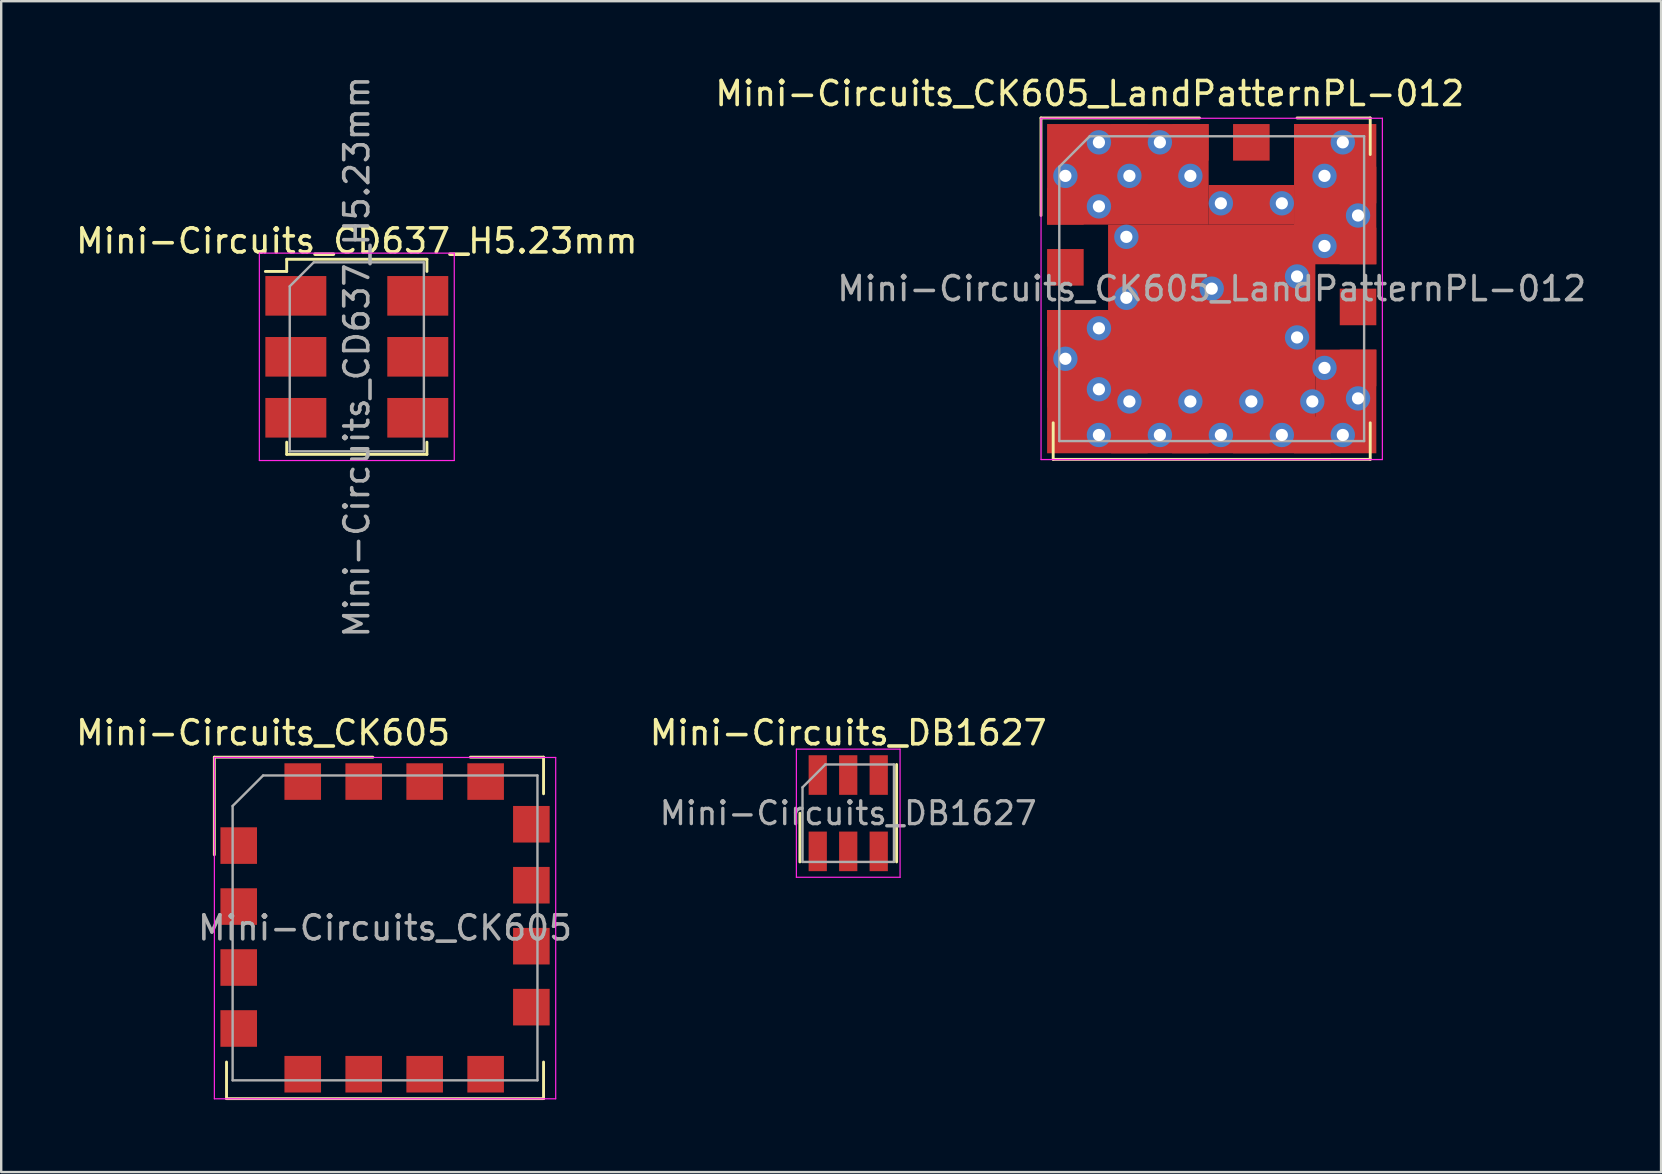
<source format=kicad_pcb>
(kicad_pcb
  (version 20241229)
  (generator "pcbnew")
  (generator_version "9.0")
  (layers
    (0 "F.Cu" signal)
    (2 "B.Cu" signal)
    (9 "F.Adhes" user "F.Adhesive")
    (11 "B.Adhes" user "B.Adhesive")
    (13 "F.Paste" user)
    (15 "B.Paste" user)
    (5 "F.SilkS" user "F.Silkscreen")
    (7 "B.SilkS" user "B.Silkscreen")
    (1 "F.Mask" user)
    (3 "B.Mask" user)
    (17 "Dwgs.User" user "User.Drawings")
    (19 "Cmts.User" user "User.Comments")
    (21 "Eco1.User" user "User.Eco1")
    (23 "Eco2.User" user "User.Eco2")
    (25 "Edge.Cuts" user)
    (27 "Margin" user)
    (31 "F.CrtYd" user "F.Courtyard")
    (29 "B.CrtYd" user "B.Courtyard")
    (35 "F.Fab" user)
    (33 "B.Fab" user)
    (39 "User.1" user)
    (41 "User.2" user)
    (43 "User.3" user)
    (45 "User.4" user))
  (footprint "Mini-Circuits_CD637_H5.23mm"
    (layer "F.Cu")
    (at 11.815 11.815)
    (property "Reference" "Mini-Circuits_CD637_H5.23mm" (at 0 -4.826 0) (layer "F.SilkS") (effects (font (size 1 1) (thickness 0.15))))
    (attr smd)
    (fp_line (start -2.921 -4.064) (end -2.921 -3.556) (stroke (width 0.12) (type solid)) (layer "F.SilkS"))
    (fp_line (start -2.921 -3.556) (end -3.81 -3.556) (stroke (width 0.12) (type solid)) (layer "F.SilkS"))
    (fp_line (start -2.921 3.556) (end -2.921 4.064) (stroke (width 0.12) (type solid)) (layer "F.SilkS"))
    (fp_line (start -2.921 4.064) (end 2.921 4.064) (stroke (width 0.12) (type solid)) (layer "F.SilkS"))
    (fp_line (start 2.921 -4.064) (end -2.921 -4.064) (stroke (width 0.12) (type solid)) (layer "F.SilkS"))
    (fp_line (start 2.921 -3.556) (end 2.921 -4.064) (stroke (width 0.12) (type solid)) (layer "F.SilkS"))
    (fp_line (start 2.921 4.064) (end 2.921 3.556) (stroke (width 0.12) (type solid)) (layer "F.SilkS"))
    (fp_line (start -4.06 4.32) (end -4.06 -4.32) (stroke (width 0.05) (type solid)) (layer "F.CrtYd"))
    (fp_line (start 4.06 -4.32) (end -4.06 -4.32) (stroke (width 0.05) (type solid)) (layer "F.CrtYd"))
    (fp_line (start 4.06 4.32) (end -4.06 4.32) (stroke (width 0.05) (type solid)) (layer "F.CrtYd"))
    (fp_line (start 4.06 4.32) (end 4.06 -4.32) (stroke (width 0.05) (type solid)) (layer "F.CrtYd"))
    (fp_line (start -2.794 3.937) (end -2.794 -2.937) (stroke (width 0.1) (type solid)) (layer "F.Fab"))
    (fp_line (start -1.794 -3.937) (end -2.794 -2.937) (stroke (width 0.1) (type solid)) (layer "F.Fab"))
    (fp_line (start -1.794 -3.937) (end 2.794 -3.937) (stroke (width 0.1) (type solid)) (layer "F.Fab"))
    (fp_line (start 2.794 -3.937) (end 2.794 3.937) (stroke (width 0.1) (type solid)) (layer "F.Fab"))
    (fp_line (start 2.794 3.937) (end -2.794 3.937) (stroke (width 0.1) (type solid)) (layer "F.Fab"))
    (fp_text user "${REFERENCE}" (at 0 0 90) (layer "F.Fab") (effects (font (size 1 1) (thickness 0.15))))
    (pad "1" smd rect (at -2.54 -2.54) (size 2.54 1.65) (layers "F.Cu" "F.Mask" "F.Paste"))
    (pad "2" smd rect (at -2.54 0) (size 2.54 1.65) (layers "F.Cu" "F.Mask" "F.Paste"))
    (pad "3" smd rect (at -2.54 2.54) (size 2.54 1.65) (layers "F.Cu" "F.Mask" "F.Paste"))
    (pad "4" smd rect (at 2.54 2.54) (size 2.54 1.65) (layers "F.Cu" "F.Mask" "F.Paste"))
    (pad "5" smd rect (at 2.54 0) (size 2.54 1.65) (layers "F.Cu" "F.Mask" "F.Paste"))
    (pad "6" smd rect (at 2.54 -2.54) (size 2.54 1.65) (layers "F.Cu" "F.Mask" "F.Paste")))
  (footprint "Mini-Circuits_CK605"
    (layer "F.Cu")
    (at 12.991 35.607)
    (property "Reference" "Mini-Circuits_CK605" (at -5.08 -8.128 180) (layer "F.SilkS") (effects (font (size 1 1) (thickness 0.15))))
    (attr smd)
    (fp_line (start -7.112 -7.112) (end -0.508 -7.112) (stroke (width 0.12) (type solid)) (layer "F.SilkS"))
    (fp_line (start -7.112 -3.048) (end -7.112 -7.112) (stroke (width 0.12) (type solid)) (layer "F.SilkS"))
    (fp_line (start -6.604 5.588) (end -6.604 7.112) (stroke (width 0.12) (type solid)) (layer "F.SilkS"))
    (fp_line (start -6.604 7.112) (end 6.604 7.112) (stroke (width 0.12) (type solid)) (layer "F.SilkS"))
    (fp_line (start 3.556 -7.112) (end 6.604 -7.112) (stroke (width 0.12) (type solid)) (layer "F.SilkS"))
    (fp_line (start 6.604 -7.112) (end 6.604 -5.588) (stroke (width 0.12) (type solid)) (layer "F.SilkS"))
    (fp_line (start 6.604 7.112) (end 6.604 5.588) (stroke (width 0.12) (type solid)) (layer "F.SilkS"))
    (fp_line (start -7.11 -7.1) (end -7.11 7.12) (stroke (width 0.05) (type solid)) (layer "F.CrtYd"))
    (fp_line (start -7.11 -7.1) (end 7.11 -7.1) (stroke (width 0.05) (type solid)) (layer "F.CrtYd"))
    (fp_line (start 7.11 7.12) (end -7.11 7.12) (stroke (width 0.05) (type solid)) (layer "F.CrtYd"))
    (fp_line (start 7.11 7.12) (end 7.11 -7.1) (stroke (width 0.05) (type solid)) (layer "F.CrtYd"))
    (fp_line (start -6.35 -5.08) (end -6.35 6.35) (stroke (width 0.1) (type solid)) (layer "F.Fab"))
    (fp_line (start -6.35 -5.08) (end -5.08 -6.35) (stroke (width 0.1) (type solid)) (layer "F.Fab"))
    (fp_line (start -6.35 6.35) (end 6.35 6.35) (stroke (width 0.1) (type solid)) (layer "F.Fab"))
    (fp_line (start 6.35 -6.35) (end -5.08 -6.35) (stroke (width 0.1) (type solid)) (layer "F.Fab"))
    (fp_line (start 6.35 6.35) (end 6.35 -6.35) (stroke (width 0.1) (type solid)) (layer "F.Fab"))
    (fp_text user "${REFERENCE}" (at 0 0 0) (layer "F.Fab") (effects (font (size 1 1) (thickness 0.15))))
    (pad "1" smd rect (at -6.096 -3.429 270) (size 1.524 1.524) (layers "F.Cu" "F.Mask" "F.Paste"))
    (pad "2" smd rect (at -6.096 -0.889 270) (size 1.524 1.524) (layers "F.Cu" "F.Mask" "F.Paste"))
    (pad "3" smd rect (at -6.096 1.651 270) (size 1.524 1.524) (layers "F.Cu" "F.Mask" "F.Paste"))
    (pad "4" smd rect (at -6.096 4.191 270) (size 1.524 1.524) (layers "F.Cu" "F.Mask" "F.Paste"))
    (pad "5" smd rect (at -3.429 6.096 270) (size 1.524 1.524) (layers "F.Cu" "F.Mask" "F.Paste"))
    (pad "6" smd rect (at -0.889 6.096 270) (size 1.524 1.524) (layers "F.Cu" "F.Mask" "F.Paste"))
    (pad "7" smd rect (at 1.651 6.096 270) (size 1.524 1.524) (layers "F.Cu" "F.Mask" "F.Paste"))
    (pad "8" smd rect (at 4.191 6.096 270) (size 1.524 1.524) (layers "F.Cu" "F.Mask" "F.Paste"))
    (pad "9" smd rect (at 6.096 3.302 270) (size 1.524 1.524) (layers "F.Cu" "F.Mask" "F.Paste"))
    (pad "10" smd rect (at 6.096 0.762 270) (size 1.524 1.524) (layers "F.Cu" "F.Mask" "F.Paste"))
    (pad "11" smd rect (at 6.096 -1.778 270) (size 1.524 1.524) (layers "F.Cu" "F.Mask" "F.Paste"))
    (pad "12" smd rect (at 6.096 -4.318 270) (size 1.524 1.524) (layers "F.Cu" "F.Mask" "F.Paste"))
    (pad "13" smd rect (at 4.191 -6.096 270) (size 1.524 1.524) (layers "F.Cu" "F.Mask" "F.Paste"))
    (pad "14" smd rect (at 1.651 -6.096 270) (size 1.524 1.524) (layers "F.Cu" "F.Mask" "F.Paste"))
    (pad "15" smd rect (at -0.889 -6.096 270) (size 1.524 1.524) (layers "F.Cu" "F.Mask" "F.Paste"))
    (pad "16" smd rect (at -3.429 -6.096 270) (size 1.524 1.524) (layers "F.Cu" "F.Mask" "F.Paste")))
  (footprint "Mini-Circuits_DB1627"
    (layer "F.Cu")
    (at 32.288 30.829)
    (property "Reference" "Mini-Circuits_DB1627" (at 0 -3.35 0) (layer "F.SilkS") (effects (font (size 1 1) (thickness 0.15))))
    (attr smd)
    (fp_line (start -2.015 0) (end -2.015 2.03) (stroke (width 0.12) (type solid)) (layer "F.SilkS"))
    (fp_line (start 2.015 -2.03) (end 2.015 2.03) (stroke (width 0.12) (type solid)) (layer "F.SilkS"))
    (fp_line (start -2.16 -2.67) (end -2.16 2.67) (stroke (width 0.05) (type solid)) (layer "F.CrtYd"))
    (fp_line (start -2.16 2.67) (end 2.16 2.67) (stroke (width 0.05) (type solid)) (layer "F.CrtYd"))
    (fp_line (start 2.16 -2.67) (end -2.16 -2.67) (stroke (width 0.05) (type solid)) (layer "F.CrtYd"))
    (fp_line (start 2.16 2.67) (end 2.16 -2.67) (stroke (width 0.05) (type solid)) (layer "F.CrtYd"))
    (fp_line (start -1.905 -1.077) (end -0.953 -2.03) (stroke (width 0.1) (type solid)) (layer "F.Fab"))
    (fp_line (start -1.905 2.03) (end -1.905 -1.077) (stroke (width 0.1) (type solid)) (layer "F.Fab"))
    (fp_line (start -0.953 -2.03) (end 1.905 -2.03) (stroke (width 0.1) (type solid)) (layer "F.Fab"))
    (fp_line (start 1.905 -2.03) (end 1.905 2.03) (stroke (width 0.1) (type solid)) (layer "F.Fab"))
    (fp_line (start 1.905 2.03) (end -1.905 2.03) (stroke (width 0.1) (type solid)) (layer "F.Fab"))
    (fp_text user "${REFERENCE}" (at 0 0 0) (layer "F.Fab") (effects (font (size 0.95 0.95) (thickness 0.14))))
    (pad "1" smd rect (at -1.27 -1.59) (size 0.76 1.65) (layers "F.Cu" "F.Mask" "F.Paste"))
    (pad "2" smd rect (at 0 -1.59) (size 0.76 1.65) (layers "F.Cu" "F.Mask" "F.Paste"))
    (pad "3" smd rect (at 1.27 -1.59) (size 0.76 1.65) (layers "F.Cu" "F.Mask" "F.Paste"))
    (pad "4" smd rect (at 1.27 1.59) (size 0.76 1.65) (layers "F.Cu" "F.Mask" "F.Paste"))
    (pad "5" smd rect (at 0 1.59) (size 0.76 1.65) (layers "F.Cu" "F.Mask" "F.Paste"))
    (pad "6" smd rect (at -1.27 1.59) (size 0.76 1.65) (layers "F.Cu" "F.Mask" "F.Paste")))
  (footprint "Mini-Circuits_CK605_LandPatternPL-012"
    (layer "F.Cu")
    (at 47.431 8.976)
    (property "Reference" "Mini-Circuits_CK605_LandPatternPL-012" (at -5.08 -8.128 180) (layer "F.SilkS") (effects (font (size 1 1) (thickness 0.15))))
    (attr smd)
    (fp_line (start -7.112 -7.112) (end -0.508 -7.112) (stroke (width 0.12) (type solid)) (layer "F.SilkS"))
    (fp_line (start -7.112 -3.048) (end -7.112 -7.112) (stroke (width 0.12) (type solid)) (layer "F.SilkS"))
    (fp_line (start -6.604 5.588) (end -6.604 7.112) (stroke (width 0.12) (type solid)) (layer "F.SilkS"))
    (fp_line (start -6.604 7.112) (end 6.604 7.112) (stroke (width 0.12) (type solid)) (layer "F.SilkS"))
    (fp_line (start 3.556 -7.112) (end 6.604 -7.112) (stroke (width 0.12) (type solid)) (layer "F.SilkS"))
    (fp_line (start 6.604 -7.112) (end 6.604 -5.588) (stroke (width 0.12) (type solid)) (layer "F.SilkS"))
    (fp_line (start 6.604 7.112) (end 6.604 5.588) (stroke (width 0.12) (type solid)) (layer "F.SilkS"))
    (fp_line (start -7.11 -7.1) (end -7.11 7.12) (stroke (width 0.05) (type solid)) (layer "F.CrtYd"))
    (fp_line (start -7.11 -7.1) (end 7.11 -7.1) (stroke (width 0.05) (type solid)) (layer "F.CrtYd"))
    (fp_line (start 7.11 7.12) (end -7.11 7.12) (stroke (width 0.05) (type solid)) (layer "F.CrtYd"))
    (fp_line (start 7.11 7.12) (end 7.11 -7.1) (stroke (width 0.05) (type solid)) (layer "F.CrtYd"))
    (fp_line (start -6.35 -5.08) (end -6.35 6.35) (stroke (width 0.1) (type solid)) (layer "F.Fab"))
    (fp_line (start -6.35 -5.08) (end -5.08 -6.35) (stroke (width 0.1) (type solid)) (layer "F.Fab"))
    (fp_line (start -6.35 6.35) (end 6.35 6.35) (stroke (width 0.1) (type solid)) (layer "F.Fab"))
    (fp_line (start 6.35 -6.35) (end -5.08 -6.35) (stroke (width 0.1) (type solid)) (layer "F.Fab"))
    (fp_line (start 6.35 6.35) (end 6.35 -6.35) (stroke (width 0.1) (type solid)) (layer "F.Fab"))
    (fp_text user "${REFERENCE}" (at 0 0 0) (layer "F.Fab") (effects (font (size 1 1) (thickness 0.15))))
    (pad "1" thru_hole circle (at -6.096 -4.699) (size 1.016 1.016) (drill 0.508) (layers "*.Cu"))
    (pad "1" smd rect (at -6.096 -3.429 270) (size 1.524 1.524) (layers "F.Cu" "F.Mask" "F.Paste"))
    (pad "1" thru_hole circle (at -6.096 2.921) (size 1.016 1.016) (drill 0.508) (layers "*.Cu"))
    (pad "1" thru_hole circle (at -4.699 -6.096) (size 1.016 1.016) (drill 0.508) (layers "*.Cu"))
    (pad "1" thru_hole circle (at -4.699 -3.429) (size 1.016 1.016) (drill 0.508) (layers "*.Cu"))
    (pad "1" thru_hole circle (at -4.699 1.651) (size 1.016 1.016) (drill 0.508) (layers "*.Cu"))
    (pad "1" thru_hole circle (at -4.699 4.191) (size 1.016 1.016) (drill 0.508) (layers "*.Cu"))
    (pad "1" thru_hole circle (at -4.699 6.096) (size 1.016 1.016) (drill 0.508) (layers "*.Cu"))
    (pad "1" thru_hole circle (at -3.556 -2.159) (size 1.016 1.016) (drill 0.508) (layers "*.Cu"))
    (pad "1" thru_hole circle (at -3.556 0.381) (size 1.016 1.016) (drill 0.508) (layers "*.Cu"))
    (pad "1" smd rect (at -3.493 -4.763) (size 6.731 4.191) (layers "F.Cu"))
    (pad "1" thru_hole circle (at -3.429 -4.699) (size 1.016 1.016) (drill 0.508) (layers "*.Cu"))
    (pad "1" thru_hole circle (at -3.429 4.699) (size 1.016 1.016) (drill 0.508) (layers "*.Cu"))
    (pad "1" thru_hole circle (at -2.159 -6.096) (size 1.016 1.016) (drill 0.508) (layers "*.Cu"))
    (pad "1" thru_hole circle (at -2.159 6.096) (size 1.016 1.016) (drill 0.508) (layers "*.Cu"))
    (pad "1" smd rect (at -1.27 3.873) (size 11.176 5.969) (layers "F.Cu"))
    (pad "1" thru_hole circle (at -0.889 -4.699) (size 1.016 1.016) (drill 0.508) (layers "*.Cu"))
    (pad "1" thru_hole circle (at -0.889 4.699) (size 1.016 1.016) (drill 0.508) (layers "*.Cu"))
    (pad "1" smd rect (at 0 -0.889) (size 8.636 3.556) (layers "F.Cu"))
    (pad "1" thru_hole circle (at 0 0) (size 1.016 1.016) (drill 0.508) (layers "*.Cu"))
    (pad "1" thru_hole circle (at 0.381 -3.556) (size 1.016 1.016) (drill 0.508) (layers "*.Cu"))
    (pad "1" thru_hole circle (at 0.381 6.096) (size 1.016 1.016) (drill 0.508) (layers "*.Cu"))
    (pad "1" smd rect (at 1.651 -3.493) (size 3.556 1.651) (layers "F.Cu"))
    (pad "1" thru_hole circle (at 1.651 4.699) (size 1.016 1.016) (drill 0.508) (layers "*.Cu"))
    (pad "1" thru_hole circle (at 2.921 -3.556) (size 1.016 1.016) (drill 0.508) (layers "*.Cu"))
    (pad "1" thru_hole circle (at 2.921 6.096) (size 1.016 1.016) (drill 0.508) (layers "*.Cu"))
    (pad "1" thru_hole circle (at 3.556 -0.508) (size 1.016 1.016) (drill 0.508) (layers "*.Cu"))
    (pad "1" thru_hole circle (at 3.556 2.032) (size 1.016 1.016) (drill 0.508) (layers "*.Cu"))
    (pad "1" thru_hole circle (at 4.191 4.699) (size 1.016 1.016) (drill 0.508) (layers "*.Cu"))
    (pad "1" thru_hole circle (at 4.699 -4.699) (size 1.016 1.016) (drill 0.508) (layers "*.Cu"))
    (pad "1" thru_hole circle (at 4.699 -1.778) (size 1.016 1.016) (drill 0.508) (layers "*.Cu"))
    (pad "1" thru_hole circle (at 4.699 3.302) (size 1.016 1.016) (drill 0.508) (layers "*.Cu"))
    (pad "1" smd rect (at 5.144 -3.937) (size 3.429 5.842) (layers "F.Cu"))
    (pad "1" thru_hole circle (at 5.461 -6.096) (size 1.016 1.016) (drill 0.508) (layers "*.Cu"))
    (pad "1" thru_hole circle (at 5.461 6.096) (size 1.016 1.016) (drill 0.508) (layers "*.Cu"))
    (pad "1" smd rect (at 5.588 4.699) (size 2.54 4.318) (layers "F.Cu"))
    (pad "1" thru_hole circle (at 6.096 -3.048) (size 1.016 1.016) (drill 0.508) (layers "*.Cu"))
    (pad "1" thru_hole circle (at 6.096 4.572) (size 1.016 1.016) (drill 0.508) (layers "*.Cu"))
    (pad "2" smd rect (at -6.096 -0.889 270) (size 1.524 1.524) (layers "F.Cu" "F.Mask" "F.Paste"))
    (pad "3" smd rect (at -6.096 1.651 270) (size 1.524 1.524) (layers "F.Cu" "F.Mask" "F.Paste"))
    (pad "4" smd rect (at -6.096 4.191 270) (size 1.524 1.524) (layers "F.Cu" "F.Mask" "F.Paste"))
    (pad "5" smd rect (at -3.429 6.096 270) (size 1.524 1.524) (layers "F.Cu" "F.Mask" "F.Paste"))
    (pad "6" smd rect (at -0.889 6.096 270) (size 1.524 1.524) (layers "F.Cu" "F.Mask" "F.Paste"))
    (pad "7" smd rect (at 1.651 6.096 270) (size 1.524 1.524) (layers "F.Cu" "F.Mask" "F.Paste"))
    (pad "8" smd rect (at 4.191 6.096 270) (size 1.524 1.524) (layers "F.Cu" "F.Mask" "F.Paste"))
    (pad "9" smd rect (at 6.096 3.302 270) (size 1.524 1.524) (layers "F.Cu" "F.Mask" "F.Paste"))
    (pad "10" smd rect (at 6.096 0.762 270) (size 1.524 1.524) (layers "F.Cu" "F.Mask" "F.Paste"))
    (pad "11" smd rect (at 6.096 -1.778 270) (size 1.524 1.524) (layers "F.Cu" "F.Mask" "F.Paste"))
    (pad "12" smd rect (at 6.096 -4.318 270) (size 1.524 1.524) (layers "F.Cu" "F.Mask" "F.Paste"))
    (pad "13" smd rect (at 4.191 -6.096 270) (size 1.524 1.524) (layers "F.Cu" "F.Mask" "F.Paste"))
    (pad "14" smd rect (at 1.651 -6.096 270) (size 1.524 1.524) (layers "F.Cu" "F.Mask" "F.Paste"))
    (pad "15" smd rect (at -0.889 -6.096 270) (size 1.524 1.524) (layers "F.Cu" "F.Mask" "F.Paste"))
    (pad "16" smd rect (at -3.429 -6.096 270) (size 1.524 1.524) (layers "F.Cu" "F.Mask" "F.Paste")))
  (gr_rect
    (start -3 -3)
    (end 66.151 45.779)
    (stroke (width 0.1) (type default))
    (fill no)
    (layer "Edge.Cuts")))
</source>
